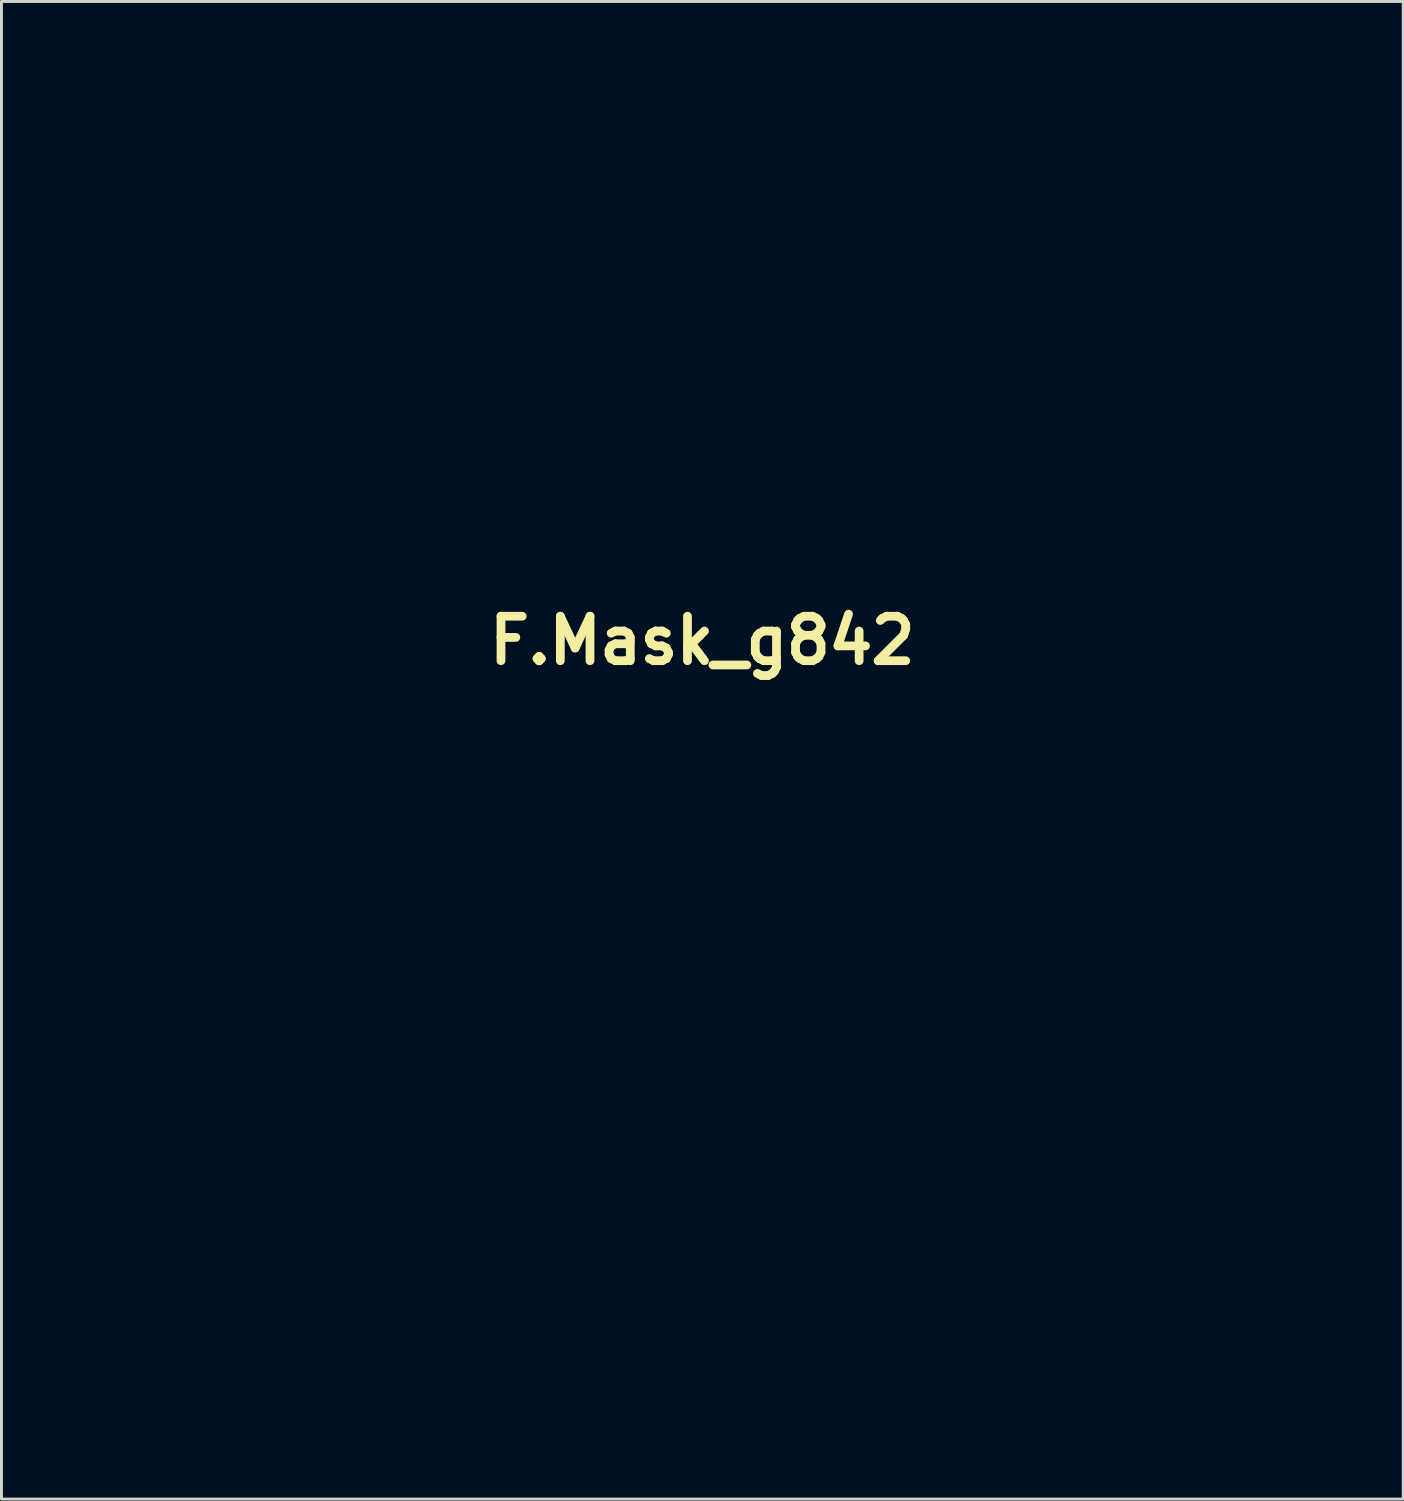
<source format=kicad_pcb>
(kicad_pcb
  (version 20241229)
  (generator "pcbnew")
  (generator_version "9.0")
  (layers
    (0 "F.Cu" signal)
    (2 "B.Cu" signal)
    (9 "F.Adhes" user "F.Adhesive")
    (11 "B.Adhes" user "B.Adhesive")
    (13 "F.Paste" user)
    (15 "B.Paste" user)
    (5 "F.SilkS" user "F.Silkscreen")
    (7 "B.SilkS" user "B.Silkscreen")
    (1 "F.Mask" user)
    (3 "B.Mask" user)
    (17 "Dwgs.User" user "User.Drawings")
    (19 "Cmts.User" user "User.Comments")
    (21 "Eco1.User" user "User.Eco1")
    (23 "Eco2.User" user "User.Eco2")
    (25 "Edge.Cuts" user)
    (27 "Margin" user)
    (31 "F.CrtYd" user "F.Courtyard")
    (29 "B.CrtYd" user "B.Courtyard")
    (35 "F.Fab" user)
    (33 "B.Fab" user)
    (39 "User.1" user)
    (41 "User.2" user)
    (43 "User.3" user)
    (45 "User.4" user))
  (footprint "F.Mask_g842"
    (layer "F.Cu")
    (at 21.002 18.888)
    (property "Reference" "F.Mask_g842" (at 0 0 0) (layer "F.SilkS") (effects (font (size 1.524 1.524) (thickness 0.3))))
    (attr through_hole)
    (fp_poly (pts (xy -18.965 8.34) (xy -20.997 8.34) (xy -20.997 7.027) (xy -18.965 7.027) (xy -18.965 8.34)) (stroke (width 0.01) (type solid)) (fill yes) (layer "F.Mask"))
    (fp_poly (pts (xy -18.965 10.88) (xy -20.997 10.88) (xy -20.997 9.567) (xy -18.965 9.567) (xy -18.965 10.88)) (stroke (width 0.01) (type solid)) (fill yes) (layer "F.Mask"))
    (fp_poly (pts (xy -18.965 13.42) (xy -20.997 13.42) (xy -20.997 12.107) (xy -18.965 12.107) (xy -18.965 13.42)) (stroke (width 0.01) (type solid)) (fill yes) (layer "F.Mask"))
    (fp_poly (pts (xy -18.881 -6.879) (xy -19.177 -6.879) (xy -19.177 -7.154) (xy -18.881 -7.154) (xy -18.881 -6.879)) (stroke (width 0.01) (type solid)) (fill yes) (layer "F.Mask"))
    (fp_poly (pts (xy -3.09 26.247) (xy -3.389 26.247) (xy -3.376 25.961) (xy -3.09 25.948) (xy -3.09 26.247)) (stroke (width 0.01) (type solid)) (fill yes) (layer "F.Mask"))
    (fp_poly (pts (xy -19.452 -18.584) (xy -18.881 -18.584) (xy -18.881 -18.309) (xy -19.452 -18.309) (xy -19.452 -18.034) (xy -19.6 -18.034) (xy -19.6 -18.309) (xy -19.875 -18.309) (xy -19.875 -18.584) (xy -19.602 -18.584) (xy -19.59 -18.87) (xy -19.521 -18.877) (xy -19.452 -18.883) (xy -19.452 -18.584)) (stroke (width 0.01) (type solid)) (fill yes) (layer "F.Mask"))
    (fp_poly (pts (xy -18.881 -13.504) (xy -18.955 -13.504) (xy -19.005 -13.501) (xy -19.025 -13.483) (xy -19.029 -13.441) (xy -19.029 -13.377) (xy -19.6 -13.377) (xy -19.6 -13.652) (xy -19.029 -13.652) (xy -19.029 -14.076) (xy -19.6 -14.076) (xy -19.6 -14.351) (xy -18.881 -14.351) (xy -18.881 -13.504)) (stroke (width 0.01) (type solid)) (fill yes) (layer "F.Mask"))
    (fp_poly (pts (xy -19.452 -6.182) (xy -19.172 -6.176) (xy -18.891 -6.17) (xy -18.891 -5.895) (xy -19.172 -5.889) (xy -19.452 -5.883) (xy -19.452 -5.609) (xy -19.6 -5.609) (xy -19.6 -5.884) (xy -19.875 -5.884) (xy -19.875 -6.181) (xy -19.6 -6.181) (xy -19.6 -6.456) (xy -19.452 -6.456) (xy -19.452 -6.182)) (stroke (width 0.01) (type solid)) (fill yes) (layer "F.Mask"))
    (fp_poly (pts (xy -11.515 26.099) (xy -11.091 26.099) (xy -11.091 25.527) (xy -10.795 25.527) (xy -10.795 26.247) (xy -11.663 26.247) (xy -11.663 26.173) (xy -11.666 26.123) (xy -11.685 26.103) (xy -11.731 26.099) (xy -11.737 26.099) (xy -11.811 26.099) (xy -11.811 25.527) (xy -11.515 25.527) (xy -11.515 26.099)) (stroke (width 0.01) (type solid)) (fill yes) (layer "F.Mask"))
    (fp_poly (pts (xy -18.881 -12.954) (xy -19.452 -12.954) (xy -19.452 -12.532) (xy -19.172 -12.526) (xy -18.891 -12.52) (xy -18.885 -12.377) (xy -18.879 -12.234) (xy -19.6 -12.234) (xy -19.6 -13.081) (xy -19.526 -13.081) (xy -19.477 -13.084) (xy -19.456 -13.103) (xy -19.452 -13.149) (xy -19.452 -13.155) (xy -19.452 -13.229) (xy -18.881 -13.229) (xy -18.881 -12.954)) (stroke (width 0.01) (type solid)) (fill yes) (layer "F.Mask"))
    (fp_poly (pts (xy -18.881 -0.529) (xy -19.452 -0.529) (xy -19.452 -0.106) (xy -18.881 -0.106) (xy -18.881 0.169) (xy -19.875 0.169) (xy -19.875 -0.106) (xy -19.602 -0.106) (xy -19.596 -0.386) (xy -19.59 -0.667) (xy -19.521 -0.673) (xy -19.473 -0.683) (xy -19.455 -0.708) (xy -19.452 -0.742) (xy -19.452 -0.804) (xy -18.881 -0.804) (xy -18.881 -0.529)) (stroke (width 0.01) (type solid)) (fill yes) (layer "F.Mask"))
    (fp_poly (pts (xy -18.881 -10.689) (xy -19.452 -10.689) (xy -19.452 -10.541) (xy -18.881 -10.541) (xy -18.881 -10.266) (xy -19.452 -10.266) (xy -19.452 -10.118) (xy -18.881 -10.118) (xy -18.881 -9.991) (xy -19.601 -9.991) (xy -19.59 -10.827) (xy -19.521 -10.833) (xy -19.473 -10.843) (xy -19.455 -10.868) (xy -19.452 -10.902) (xy -19.452 -10.964) (xy -18.881 -10.964) (xy -18.881 -10.689)) (stroke (width 0.01) (type solid)) (fill yes) (layer "F.Mask"))
    (fp_poly (pts (xy -19.452 -3.493) (xy -19.029 -3.493) (xy -19.029 -4.191) (xy -18.88 -4.191) (xy -18.891 -3.355) (xy -18.96 -3.348) (xy -19.008 -3.339) (xy -19.026 -3.314) (xy -19.029 -3.279) (xy -19.029 -3.217) (xy -19.452 -3.217) (xy -19.452 -3.279) (xy -19.458 -3.323) (xy -19.483 -3.342) (xy -19.521 -3.348) (xy -19.59 -3.355) (xy -19.601 -4.191) (xy -19.452 -4.191) (xy -19.452 -3.493)) (stroke (width 0.01) (type solid)) (fill yes) (layer "F.Mask"))
    (fp_poly (pts (xy -6.435 25.527) (xy -6.138 25.527) (xy -6.138 25.59) (xy -6.14 25.623) (xy -6.151 25.642) (xy -6.181 25.652) (xy -6.239 25.656) (xy -6.281 25.658) (xy -6.424 25.665) (xy -6.43 25.956) (xy -6.436 26.247) (xy -6.731 26.247) (xy -6.731 25.654) (xy -7.006 25.654) (xy -7.006 25.527) (xy -6.731 25.527) (xy -6.731 25.231) (xy -6.435 25.231) (xy -6.435 25.527)) (stroke (width 0.01) (type solid)) (fill yes) (layer "F.Mask"))
    (fp_poly (pts (xy 20.997 8.34) (xy 19.985 8.34) (xy 19.782 8.339) (xy 19.592 8.339) (xy 19.419 8.337) (xy 19.267 8.336) (xy 19.141 8.333) (xy 19.045 8.331) (xy 18.983 8.328) (xy 18.958 8.326) (xy 18.958 8.326) (xy 18.955 8.302) (xy 18.952 8.241) (xy 18.949 8.148) (xy 18.947 8.029) (xy 18.945 7.889) (xy 18.944 7.732) (xy 18.944 7.669) (xy 18.944 7.027) (xy 20.997 7.027) (xy 20.997 8.34)) (stroke (width 0.01) (type solid)) (fill yes) (layer "F.Mask"))
    (fp_poly (pts (xy 20.997 10.88) (xy 19.985 10.88) (xy 19.782 10.879) (xy 19.592 10.879) (xy 19.419 10.877) (xy 19.267 10.876) (xy 19.141 10.873) (xy 19.045 10.871) (xy 18.983 10.868) (xy 18.958 10.866) (xy 18.958 10.866) (xy 18.955 10.842) (xy 18.952 10.781) (xy 18.949 10.688) (xy 18.947 10.569) (xy 18.945 10.429) (xy 18.944 10.272) (xy 18.944 10.209) (xy 18.944 9.567) (xy 20.997 9.567) (xy 20.997 10.88)) (stroke (width 0.01) (type solid)) (fill yes) (layer "F.Mask"))
    (fp_poly (pts (xy 20.997 13.42) (xy 19.985 13.42) (xy 19.782 13.419) (xy 19.592 13.419) (xy 19.419 13.417) (xy 19.267 13.416) (xy 19.141 13.413) (xy 19.045 13.411) (xy 18.983 13.408) (xy 18.958 13.406) (xy 18.958 13.406) (xy 18.955 13.382) (xy 18.952 13.321) (xy 18.949 13.228) (xy 18.947 13.109) (xy 18.945 12.969) (xy 18.944 12.812) (xy 18.944 12.749) (xy 18.944 12.107) (xy 20.997 12.107) (xy 20.997 13.42)) (stroke (width 0.01) (type solid)) (fill yes) (layer "F.Mask"))
    (fp_poly (pts (xy -1.778 26.099) (xy -1.482 26.099) (xy -1.482 26.247) (xy -2.349 26.247) (xy -2.349 26.099) (xy -2.074 26.099) (xy -2.074 25.53) (xy -2.143 25.523) (xy -2.192 25.513) (xy -2.213 25.485) (xy -2.219 25.448) (xy -2.22 25.402) (xy -2.204 25.383) (xy -2.159 25.379) (xy -2.15 25.379) (xy -2.1 25.376) (xy -2.079 25.358) (xy -2.074 25.313) (xy -2.074 25.305) (xy -2.074 25.231) (xy -1.778 25.231) (xy -1.778 26.099)) (stroke (width 0.01) (type solid)) (fill yes) (layer "F.Mask"))
    (fp_poly (pts (xy -18.96 -8.717) (xy -18.891 -8.71) (xy -18.886 -8.292) (xy -18.88 -7.874) (xy -18.954 -7.874) (xy -19.004 -7.871) (xy -19.025 -7.853) (xy -19.029 -7.806) (xy -19.029 -7.8) (xy -19.029 -7.726) (xy -19.452 -7.726) (xy -19.452 -7.8) (xy -19.455 -7.849) (xy -19.474 -7.87) (xy -19.52 -7.874) (xy -19.527 -7.874) (xy -19.601 -7.874) (xy -19.595 -8.292) (xy -19.59 -8.71) (xy -19.521 -8.717) (xy -19.452 -8.723) (xy -19.452 -8.001) (xy -19.029 -8.001) (xy -19.029 -8.723) (xy -18.96 -8.717)) (stroke (width 0.01) (type solid)) (fill yes) (layer "F.Mask"))
    (fp_poly (pts (xy -9.631 26.247) (xy -9.705 26.247) (xy -9.755 26.25) (xy -9.775 26.268) (xy -9.779 26.315) (xy -9.779 26.321) (xy -9.779 26.395) (xy -10.499 26.395) (xy -10.499 26.247) (xy -9.927 26.247) (xy -9.927 26.099) (xy -10.499 26.099) (xy -10.499 26.024) (xy -10.502 25.975) (xy -10.52 25.954) (xy -10.567 25.95) (xy -10.573 25.95) (xy -10.647 25.95) (xy -10.647 25.654) (xy -10.573 25.654) (xy -10.351 25.654) (xy -10.351 25.95) (xy -9.927 25.95) (xy -9.927 25.654) (xy -10.351 25.654) (xy -10.573 25.654) (xy -10.523 25.65) (xy -10.503 25.633) (xy -10.499 25.59) (xy -10.499 25.527) (xy -9.631 25.527) (xy -9.631 26.247)) (stroke (width 0.01) (type solid)) (fill yes) (layer "F.Mask"))
    (fp_poly (pts (xy -18.885 -15.415) (xy -18.875 -15.367) (xy -18.85 -15.348) (xy -18.816 -15.346) (xy -18.754 -15.346) (xy -18.754 -14.647) (xy -18.881 -14.647) (xy -18.881 -15.198) (xy -19.029 -15.198) (xy -19.029 -14.65) (xy -19.098 -14.643) (xy -19.146 -14.633) (xy -19.167 -14.606) (xy -19.173 -14.568) (xy -19.18 -14.499) (xy -19.452 -14.499) (xy -19.452 -14.573) (xy -19.455 -14.623) (xy -19.474 -14.643) (xy -19.52 -14.647) (xy -19.527 -14.647) (xy -19.601 -14.647) (xy -19.595 -15.065) (xy -19.594 -15.198) (xy -19.452 -15.198) (xy -19.452 -14.774) (xy -19.177 -14.774) (xy -19.177 -15.198) (xy -19.452 -15.198) (xy -19.594 -15.198) (xy -19.59 -15.483) (xy -18.891 -15.483) (xy -18.885 -15.415)) (stroke (width 0.01) (type solid)) (fill yes) (layer "F.Mask"))
    (fp_poly (pts (xy -19.177 -17.039) (xy -19.029 -17.039) (xy -19.029 -17.613) (xy -18.96 -17.607) (xy -18.891 -17.6) (xy -18.885 -17.246) (xy -18.88 -16.891) (xy -18.954 -16.891) (xy -19.004 -16.888) (xy -19.025 -16.87) (xy -19.029 -16.828) (xy -19.029 -16.764) (xy -19.452 -16.764) (xy -19.452 -16.828) (xy -19.456 -16.87) (xy -19.477 -16.888) (xy -19.527 -16.891) (xy -19.601 -16.891) (xy -19.596 -17.246) (xy -19.592 -17.462) (xy -19.452 -17.462) (xy -19.452 -17.039) (xy -19.304 -17.039) (xy -19.304 -17.462) (xy -19.452 -17.462) (xy -19.592 -17.462) (xy -19.59 -17.6) (xy -19.521 -17.607) (xy -19.473 -17.616) (xy -19.455 -17.641) (xy -19.452 -17.676) (xy -19.452 -17.738) (xy -19.177 -17.738) (xy -19.177 -17.039)) (stroke (width 0.01) (type solid)) (fill yes) (layer "F.Mask"))
    (fp_poly (pts (xy -8.467 26.247) (xy -8.541 26.247) (xy -8.59 26.25) (xy -8.611 26.268) (xy -8.615 26.315) (xy -8.615 26.321) (xy -8.615 26.395) (xy -9.335 26.395) (xy -9.335 26.247) (xy -8.763 26.247) (xy -8.763 26.099) (xy -9.332 26.099) (xy -9.338 26.03) (xy -9.349 25.981) (xy -9.376 25.96) (xy -9.414 25.954) (xy -9.455 25.95) (xy -9.209 25.95) (xy -8.763 25.95) (xy -8.763 25.653) (xy -8.98 25.659) (xy -9.197 25.665) (xy -9.203 25.807) (xy -9.209 25.95) (xy -9.455 25.95) (xy -9.483 25.948) (xy -9.483 25.654) (xy -9.409 25.654) (xy -9.359 25.65) (xy -9.338 25.633) (xy -9.335 25.59) (xy -9.335 25.527) (xy -8.467 25.527) (xy -8.467 26.247)) (stroke (width 0.01) (type solid)) (fill yes) (layer "F.Mask"))
    (fp_poly (pts (xy -18.881 -16.542) (xy -18.877 -16.492) (xy -18.859 -16.472) (xy -18.817 -16.468) (xy -18.754 -16.468) (xy -18.754 -15.769) (xy -18.879 -15.769) (xy -18.885 -16.05) (xy -18.891 -16.33) (xy -18.96 -16.337) (xy -19.029 -16.343) (xy -19.029 -15.769) (xy -19.103 -15.769) (xy -19.153 -15.766) (xy -19.173 -15.747) (xy -19.177 -15.701) (xy -19.177 -15.695) (xy -19.177 -15.621) (xy -19.452 -15.621) (xy -19.452 -15.695) (xy -19.455 -15.745) (xy -19.474 -15.765) (xy -19.521 -15.769) (xy -19.526 -15.769) (xy -19.6 -15.769) (xy -19.6 -16.341) (xy -19.452 -16.341) (xy -19.452 -15.917) (xy -19.177 -15.917) (xy -19.177 -16.341) (xy -19.452 -16.341) (xy -19.6 -16.341) (xy -19.6 -16.616) (xy -18.881 -16.616) (xy -18.881 -16.542)) (stroke (width 0.01) (type solid)) (fill yes) (layer "F.Mask"))
    (fp_poly (pts (xy -19.029 -9.768) (xy -19.026 -9.719) (xy -19.007 -9.698) (xy -18.96 -9.694) (xy -18.955 -9.694) (xy -18.881 -9.694) (xy -18.881 -8.996) (xy -18.955 -8.996) (xy -19.004 -8.993) (xy -19.025 -8.974) (xy -19.029 -8.927) (xy -19.029 -8.922) (xy -19.029 -8.848) (xy -19.452 -8.848) (xy -19.452 -8.922) (xy -19.455 -8.971) (xy -19.474 -8.992) (xy -19.521 -8.996) (xy -19.526 -8.996) (xy -19.6 -8.996) (xy -19.6 -9.567) (xy -19.452 -9.567) (xy -19.452 -9.144) (xy -19.029 -9.144) (xy -19.029 -9.567) (xy -19.452 -9.567) (xy -19.6 -9.567) (xy -19.6 -9.694) (xy -19.526 -9.694) (xy -19.477 -9.698) (xy -19.456 -9.716) (xy -19.452 -9.763) (xy -19.452 -9.768) (xy -19.452 -9.842) (xy -19.029 -9.842) (xy -19.029 -9.768)) (stroke (width 0.01) (type solid)) (fill yes) (layer "F.Mask"))
    (fp_poly (pts (xy -7.451 25.589) (xy -7.445 25.633) (xy -7.42 25.652) (xy -7.382 25.658) (xy -7.313 25.665) (xy -7.301 25.949) (xy -7.667 25.955) (xy -8.033 25.961) (xy -8.039 26.03) (xy -8.046 26.099) (xy -7.451 26.099) (xy -7.451 26.247) (xy -8.17 26.247) (xy -8.17 26.173) (xy -8.174 26.123) (xy -8.192 26.103) (xy -8.239 26.099) (xy -8.244 26.099) (xy -8.319 26.099) (xy -8.319 25.802) (xy -8.046 25.802) (xy -7.599 25.802) (xy -7.599 25.653) (xy -7.816 25.659) (xy -8.033 25.665) (xy -8.039 25.733) (xy -8.046 25.802) (xy -8.319 25.802) (xy -8.319 25.654) (xy -8.244 25.654) (xy -8.195 25.65) (xy -8.174 25.633) (xy -8.17 25.59) (xy -8.17 25.527) (xy -7.451 25.527) (xy -7.451 25.589)) (stroke (width 0.01) (type solid)) (fill yes) (layer "F.Mask"))
    (fp_poly (pts (xy -19.172 -1.943) (xy -18.891 -1.937) (xy -18.88 -1.101) (xy -18.954 -1.101) (xy -19.004 -1.097) (xy -19.025 -1.079) (xy -19.029 -1.033) (xy -19.029 -1.027) (xy -19.032 -0.977) (xy -19.051 -0.957) (xy -19.097 -0.953) (xy -19.103 -0.953) (xy -19.153 -0.956) (xy -19.173 -0.974) (xy -19.177 -1.021) (xy -19.177 -1.027) (xy -19.181 -1.076) (xy -19.198 -1.097) (xy -19.241 -1.101) (xy -19.304 -1.101) (xy -19.304 -1.651) (xy -19.177 -1.651) (xy -19.177 -1.453) (xy -19.176 -1.366) (xy -19.172 -1.295) (xy -19.166 -1.251) (xy -19.163 -1.242) (xy -19.133 -1.231) (xy -19.089 -1.228) (xy -19.029 -1.228) (xy -19.029 -1.651) (xy -19.177 -1.651) (xy -19.304 -1.651) (xy -19.452 -1.651) (xy -19.452 -1.101) (xy -19.6 -1.101) (xy -19.6 -1.799) (xy -19.526 -1.799) (xy -19.477 -1.802) (xy -19.456 -1.821) (xy -19.452 -1.867) (xy -19.452 -1.874) (xy -19.452 -1.949) (xy -19.172 -1.943)) (stroke (width 0.01) (type solid)) (fill yes) (layer "F.Mask"))
    (fp_poly (pts (xy -19.172 -5.329) (xy -18.891 -5.323) (xy -18.886 -4.905) (xy -18.88 -4.487) (xy -18.954 -4.487) (xy -19.004 -4.484) (xy -19.025 -4.466) (xy -19.029 -4.42) (xy -19.029 -4.413) (xy -19.032 -4.364) (xy -19.051 -4.343) (xy -19.097 -4.339) (xy -19.103 -4.339) (xy -19.153 -4.342) (xy -19.173 -4.361) (xy -19.177 -4.408) (xy -19.177 -4.413) (xy -19.181 -4.463) (xy -19.198 -4.483) (xy -19.241 -4.487) (xy -19.304 -4.487) (xy -19.304 -5.038) (xy -19.177 -5.038) (xy -19.177 -4.84) (xy -19.176 -4.752) (xy -19.172 -4.682) (xy -19.166 -4.637) (xy -19.163 -4.628) (xy -19.133 -4.618) (xy -19.089 -4.614) (xy -19.029 -4.614) (xy -19.029 -5.038) (xy -19.177 -5.038) (xy -19.304 -5.038) (xy -19.452 -5.038) (xy -19.452 -4.487) (xy -19.6 -4.487) (xy -19.6 -5.186) (xy -19.526 -5.186) (xy -19.477 -5.189) (xy -19.456 -5.207) (xy -19.452 -5.254) (xy -19.452 -5.261) (xy -19.452 -5.335) (xy -19.172 -5.329)) (stroke (width 0.01) (type solid)) (fill yes) (layer "F.Mask"))
    (fp_poly (pts (xy -12.679 25.305) (xy -12.675 25.355) (xy -12.657 25.375) (xy -12.617 25.379) (xy -12.573 25.384) (xy -12.554 25.41) (xy -12.548 25.448) (xy -12.538 25.496) (xy -12.51 25.517) (xy -12.472 25.523) (xy -12.425 25.533) (xy -12.406 25.557) (xy -12.404 25.592) (xy -12.399 25.634) (xy -12.378 25.651) (xy -12.33 25.654) (xy -12.255 25.654) (xy -12.255 25.231) (xy -11.959 25.231) (xy -11.959 26.247) (xy -12.255 26.247) (xy -12.255 25.95) (xy -12.33 25.95) (xy -12.379 25.947) (xy -12.4 25.929) (xy -12.404 25.882) (xy -12.404 25.876) (xy -12.407 25.827) (xy -12.425 25.806) (xy -12.472 25.802) (xy -12.478 25.802) (xy -12.527 25.799) (xy -12.548 25.78) (xy -12.552 25.734) (xy -12.552 25.728) (xy -12.555 25.678) (xy -12.573 25.658) (xy -12.615 25.654) (xy -12.678 25.654) (xy -12.689 26.236) (xy -12.832 26.242) (xy -12.975 26.249) (xy -12.975 25.231) (xy -12.679 25.231) (xy -12.679 25.305)) (stroke (width 0.01) (type solid)) (fill yes) (layer "F.Mask"))
    (fp_poly (pts (xy -19.477 -3.066) (xy -19.456 -3.047) (xy -19.452 -3.001) (xy -19.452 -2.995) (xy -19.449 -2.945) (xy -19.43 -2.925) (xy -19.384 -2.921) (xy -19.378 -2.921) (xy -19.328 -2.917) (xy -19.308 -2.9) (xy -19.304 -2.857) (xy -19.299 -2.813) (xy -19.274 -2.796) (xy -19.241 -2.794) (xy -19.196 -2.799) (xy -19.179 -2.824) (xy -19.177 -2.857) (xy -19.173 -2.9) (xy -19.152 -2.918) (xy -19.103 -2.921) (xy -19.053 -2.924) (xy -19.033 -2.943) (xy -19.029 -2.989) (xy -19.029 -2.995) (xy -19.026 -3.045) (xy -19.007 -3.065) (xy -18.96 -3.069) (xy -18.955 -3.069) (xy -18.881 -3.069) (xy -18.881 -2.794) (xy -18.955 -2.794) (xy -19.004 -2.791) (xy -19.025 -2.772) (xy -19.029 -2.726) (xy -19.029 -2.72) (xy -19.032 -2.67) (xy -19.051 -2.65) (xy -19.097 -2.646) (xy -19.103 -2.646) (xy -19.177 -2.646) (xy -19.177 -2.373) (xy -18.891 -2.36) (xy -18.891 -2.085) (xy -19.383 -2.079) (xy -19.875 -2.074) (xy -19.875 -2.371) (xy -19.304 -2.371) (xy -19.304 -2.646) (xy -19.378 -2.646) (xy -19.428 -2.649) (xy -19.448 -2.668) (xy -19.452 -2.714) (xy -19.452 -2.72) (xy -19.455 -2.77) (xy -19.474 -2.79) (xy -19.521 -2.794) (xy -19.526 -2.794) (xy -19.6 -2.794) (xy -19.6 -3.069) (xy -19.526 -3.069) (xy -19.477 -3.066)) (stroke (width 0.01) (type solid)) (fill yes) (layer "F.Mask"))
    (fp_poly (pts (xy -3.958 25.305) (xy -3.955 25.354) (xy -3.936 25.375) (xy -3.89 25.379) (xy -3.884 25.379) (xy -3.81 25.379) (xy -3.81 25.654) (xy -3.884 25.654) (xy -3.934 25.657) (xy -3.954 25.676) (xy -3.958 25.722) (xy -3.958 25.728) (xy -3.961 25.778) (xy -3.98 25.798) (xy -4.027 25.802) (xy -4.032 25.802) (xy -4.082 25.805) (xy -4.102 25.824) (xy -4.106 25.871) (xy -4.106 25.876) (xy -4.106 25.95) (xy -4.403 25.95) (xy -4.403 26.099) (xy -3.81 26.099) (xy -3.81 26.247) (xy -4.826 26.247) (xy -4.826 25.95) (xy -4.752 25.95) (xy -4.702 25.947) (xy -4.682 25.929) (xy -4.678 25.882) (xy -4.678 25.876) (xy -4.674 25.826) (xy -4.656 25.806) (xy -4.616 25.802) (xy -4.572 25.797) (xy -4.553 25.771) (xy -4.547 25.733) (xy -4.54 25.665) (xy -4.397 25.658) (xy -4.322 25.654) (xy -4.279 25.648) (xy -4.26 25.634) (xy -4.255 25.608) (xy -4.255 25.59) (xy -4.25 25.548) (xy -4.229 25.53) (xy -4.18 25.527) (xy -4.131 25.524) (xy -4.11 25.505) (xy -4.106 25.459) (xy -4.106 25.453) (xy -4.106 25.379) (xy -4.551 25.379) (xy -4.551 25.527) (xy -4.826 25.527) (xy -4.826 25.454) (xy -4.822 25.405) (xy -4.801 25.383) (xy -4.757 25.375) (xy -4.709 25.365) (xy -4.688 25.337) (xy -4.682 25.299) (xy -4.675 25.231) (xy -3.958 25.231) (xy -3.958 25.305)) (stroke (width 0.01) (type solid)) (fill yes) (layer "F.Mask"))
    (fp_poly (pts (xy -19.807 -12.103) (xy -19.758 -12.093) (xy -19.737 -12.066) (xy -19.731 -12.028) (xy -19.722 -11.98) (xy -19.697 -11.962) (xy -19.662 -11.959) (xy -19.621 -11.955) (xy -19.604 -11.934) (xy -19.6 -11.885) (xy -19.597 -11.835) (xy -19.579 -11.815) (xy -19.532 -11.811) (xy -19.526 -11.811) (xy -19.476 -11.807) (xy -19.456 -11.79) (xy -19.452 -11.749) (xy -19.447 -11.705) (xy -19.421 -11.686) (xy -19.383 -11.68) (xy -19.335 -11.67) (xy -19.314 -11.642) (xy -19.308 -11.605) (xy -19.298 -11.557) (xy -19.274 -11.538) (xy -19.239 -11.536) (xy -19.197 -11.532) (xy -19.18 -11.51) (xy -19.177 -11.462) (xy -19.174 -11.412) (xy -19.155 -11.392) (xy -19.109 -11.388) (xy -19.103 -11.388) (xy -19.053 -11.384) (xy -19.033 -11.366) (xy -19.029 -11.326) (xy -19.023 -11.282) (xy -18.998 -11.263) (xy -18.96 -11.257) (xy -18.912 -11.246) (xy -18.891 -11.219) (xy -18.885 -11.181) (xy -18.883 -11.136) (xy -18.899 -11.117) (xy -18.944 -11.113) (xy -18.953 -11.113) (xy -19.004 -11.116) (xy -19.024 -11.133) (xy -19.029 -11.179) (xy -19.029 -11.187) (xy -19.032 -11.236) (xy -19.051 -11.257) (xy -19.097 -11.261) (xy -19.103 -11.261) (xy -19.153 -11.264) (xy -19.173 -11.282) (xy -19.177 -11.324) (xy -19.182 -11.369) (xy -19.207 -11.386) (xy -19.241 -11.388) (xy -19.283 -11.392) (xy -19.301 -11.413) (xy -19.304 -11.462) (xy -19.307 -11.511) (xy -19.326 -11.532) (xy -19.372 -11.536) (xy -19.378 -11.536) (xy -19.428 -11.539) (xy -19.448 -11.558) (xy -19.452 -11.604) (xy -19.452 -11.61) (xy -19.455 -11.66) (xy -19.474 -11.68) (xy -19.521 -11.684) (xy -19.526 -11.684) (xy -19.576 -11.688) (xy -19.596 -11.705) (xy -19.6 -11.748) (xy -19.606 -11.792) (xy -19.63 -11.809) (xy -19.664 -11.811) (xy -19.706 -11.815) (xy -19.724 -11.836) (xy -19.727 -11.885) (xy -19.731 -11.935) (xy -19.749 -11.955) (xy -19.796 -11.959) (xy -19.801 -11.959) (xy -19.851 -11.962) (xy -19.871 -11.98) (xy -19.875 -12.026) (xy -19.875 -12.035) (xy -19.873 -12.084) (xy -19.856 -12.104) (xy -19.815 -12.104) (xy -19.807 -12.103)) (stroke (width 0.01) (type solid)) (fill yes) (layer "F.Mask")))
  (gr_rect
    (start -3 -3)
    (end 45.005 48.288)
    (stroke (width 0.1) (type default))
    (fill no)
    (layer "Edge.Cuts")))
</source>
